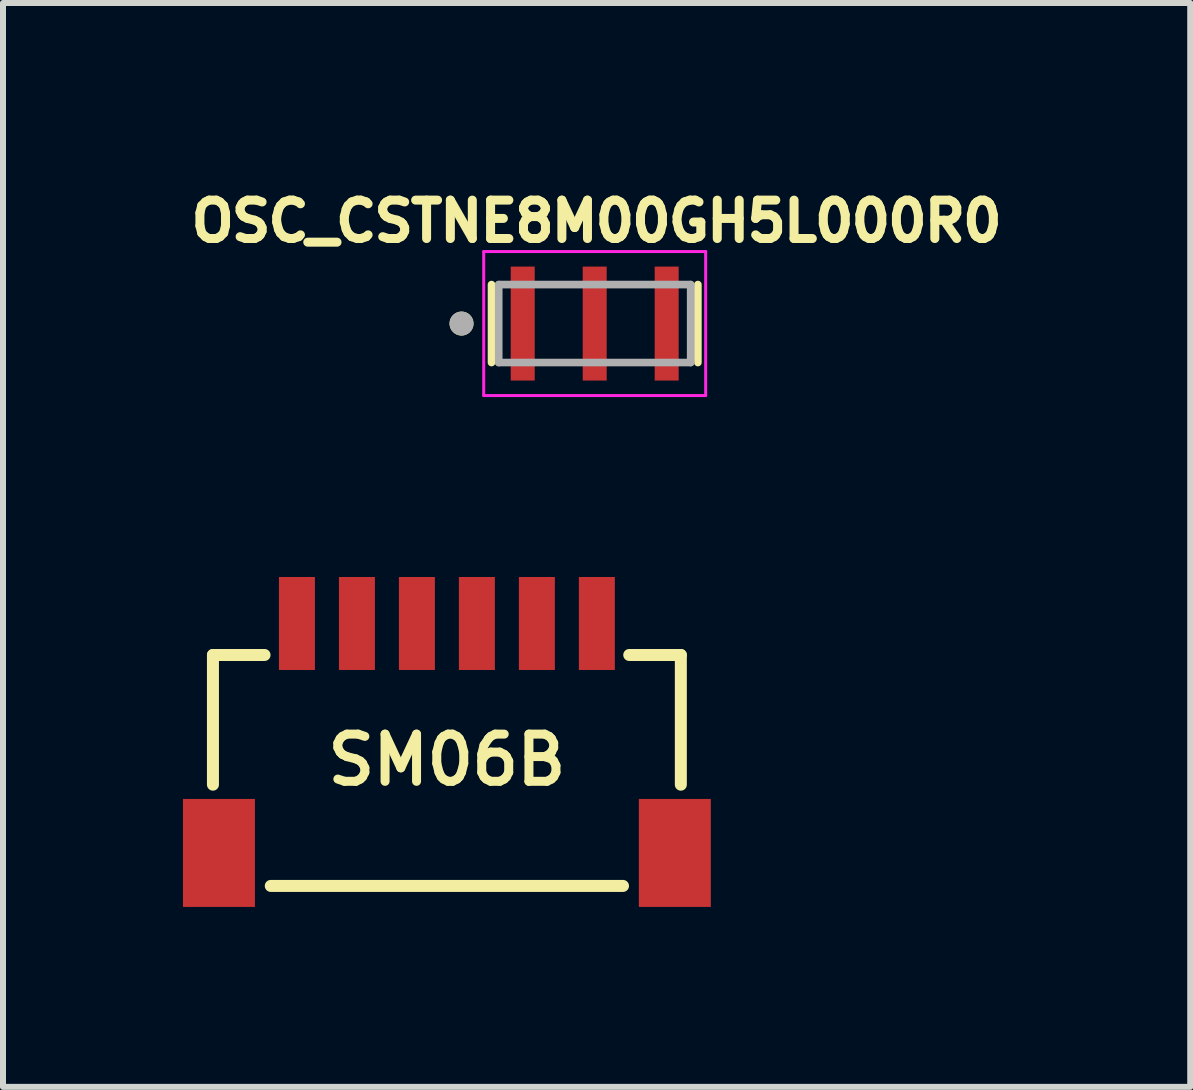
<source format=kicad_pcb>
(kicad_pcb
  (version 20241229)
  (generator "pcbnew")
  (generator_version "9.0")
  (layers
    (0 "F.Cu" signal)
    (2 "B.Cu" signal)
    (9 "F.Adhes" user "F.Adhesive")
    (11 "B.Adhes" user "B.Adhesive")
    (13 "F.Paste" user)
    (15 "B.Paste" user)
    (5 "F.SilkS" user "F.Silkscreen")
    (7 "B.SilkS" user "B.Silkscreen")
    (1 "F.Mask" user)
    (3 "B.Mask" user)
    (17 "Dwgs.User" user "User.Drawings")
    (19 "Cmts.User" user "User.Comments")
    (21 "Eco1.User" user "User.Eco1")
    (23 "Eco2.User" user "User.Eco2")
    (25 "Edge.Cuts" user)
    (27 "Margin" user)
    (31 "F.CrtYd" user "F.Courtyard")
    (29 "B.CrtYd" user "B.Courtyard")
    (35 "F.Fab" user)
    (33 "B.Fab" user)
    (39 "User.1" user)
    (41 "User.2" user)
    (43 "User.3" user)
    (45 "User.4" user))
  (footprint "SM06B"
    (layer "F.Cu")
    (at 4.4 9.619)
    (property "Reference" "SM06B" (at 0 0 0) (layer "F.SilkS") (effects (font (size 0.787 0.787) (thickness 0.15))))
    (attr through_hole)
    (fp_line (start -3.9 0.412) (end -3.9 -1.75) (stroke (width 0.2) (type solid)) (layer "F.SilkS"))
    (fp_line (start -3.04 -1.75) (end -3.9 -1.75) (stroke (width 0.2) (type solid)) (layer "F.SilkS"))
    (fp_line (start -2.936 2.1) (end 2.936 2.1) (stroke (width 0.2) (type solid)) (layer "F.SilkS"))
    (fp_line (start 3.04 -1.75) (end 3.9 -1.75) (stroke (width 0.2) (type solid)) (layer "F.SilkS"))
    (fp_line (start 3.9 -1.75) (end 3.9 0.412) (stroke (width 0.2) (type solid)) (layer "F.SilkS"))
    (pad "1" smd rect (at -2.5 -2.275) (size 0.6 1.55) (layers "F.Cu" "F.Mask" "F.Paste"))
    (pad "2" smd rect (at -1.5 -2.275) (size 0.6 1.55) (layers "F.Cu" "F.Mask" "F.Paste"))
    (pad "3" smd rect (at -0.5 -2.275) (size 0.6 1.55) (layers "F.Cu" "F.Mask" "F.Paste"))
    (pad "4" smd rect (at 0.5 -2.275) (size 0.6 1.55) (layers "F.Cu" "F.Mask" "F.Paste"))
    (pad "5" smd rect (at 1.5 -2.275) (size 0.6 1.55) (layers "F.Cu" "F.Mask" "F.Paste"))
    (pad "6" smd rect (at 2.5 -2.275) (size 0.6 1.55) (layers "F.Cu" "F.Mask" "F.Paste"))
    (pad "G1" smd rect (at -3.8 1.55) (size 1.2 1.8) (layers "F.Cu" "F.Mask" "F.Paste"))
    (pad "G2" smd rect (at 3.8 1.55) (size 1.2 1.8) (layers "F.Cu" "F.Mask" "F.Paste")))
  (footprint "OSC_CSTNE8M00GH5L000R0"
    (layer "F.Cu")
    (at 6.864 2.344)
    (property "Reference" "OSC_CSTNE8M00GH5L000R0" (at 0.032 -1.706 0) (layer "F.SilkS") (effects (font (size 0.64 0.64) (thickness 0.15))))
    (attr through_hole)
    (fp_line (start -1.72 -0.65) (end -1.72 0.65) (stroke (width 0.127) (type solid)) (layer "F.SilkS"))
    (fp_line (start 1.72 -0.65) (end 1.72 0.65) (stroke (width 0.127) (type solid)) (layer "F.SilkS"))
    (fp_circle (center -2.22 0) (end -2.12 0) (stroke (width 0.2) (type solid)) (fill no) (layer "F.SilkS"))
    (fp_line (start -1.85 -1.2) (end 1.85 -1.2) (stroke (width 0.05) (type solid)) (layer "F.CrtYd"))
    (fp_line (start -1.85 1.2) (end -1.85 -1.2) (stroke (width 0.05) (type solid)) (layer "F.CrtYd"))
    (fp_line (start 1.85 -1.2) (end 1.85 1.2) (stroke (width 0.05) (type solid)) (layer "F.CrtYd"))
    (fp_line (start 1.85 1.2) (end -1.85 1.2) (stroke (width 0.05) (type solid)) (layer "F.CrtYd"))
    (fp_line (start -1.6 -0.65) (end -1.6 0.65) (stroke (width 0.127) (type solid)) (layer "F.Fab"))
    (fp_line (start -1.6 -0.65) (end 1.6 -0.65) (stroke (width 0.127) (type solid)) (layer "F.Fab"))
    (fp_line (start 1.6 -0.65) (end 1.6 0.65) (stroke (width 0.127) (type solid)) (layer "F.Fab"))
    (fp_line (start 1.6 0.65) (end -1.6 0.65) (stroke (width 0.127) (type solid)) (layer "F.Fab"))
    (fp_circle (center -2.22 0) (end -2.12 0) (stroke (width 0.2) (type solid)) (fill no) (layer "F.Fab"))
    (pad "1" smd rect (at -1.2 0) (size 0.4 1.9) (layers "F.Cu" "F.Mask" "F.Paste"))
    (pad "2" smd rect (at 0 0) (size 0.4 1.9) (layers "F.Cu" "F.Mask" "F.Paste"))
    (pad "3" smd rect (at 1.2 0) (size 0.4 1.9) (layers "F.Cu" "F.Mask" "F.Paste")))
  (gr_rect
    (start -3 -3)
    (end 16.792 15.069)
    (stroke (width 0.1) (type default))
    (fill no)
    (layer "Edge.Cuts")))
</source>
